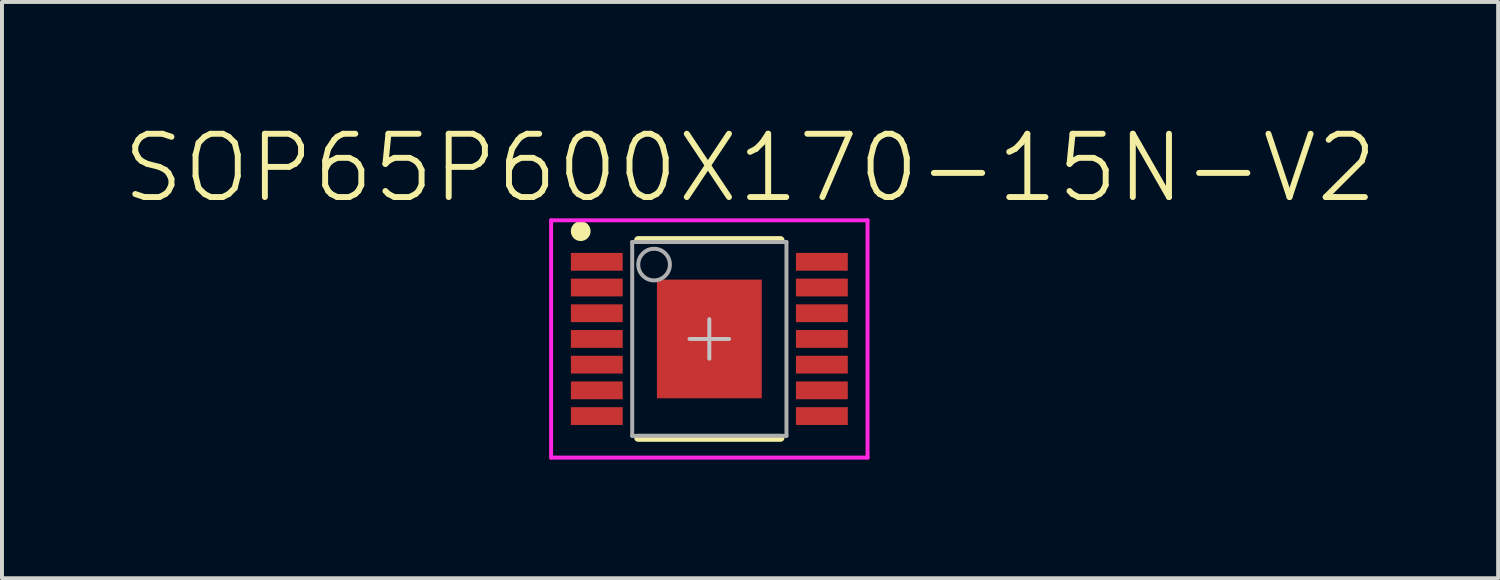
<source format=kicad_pcb>
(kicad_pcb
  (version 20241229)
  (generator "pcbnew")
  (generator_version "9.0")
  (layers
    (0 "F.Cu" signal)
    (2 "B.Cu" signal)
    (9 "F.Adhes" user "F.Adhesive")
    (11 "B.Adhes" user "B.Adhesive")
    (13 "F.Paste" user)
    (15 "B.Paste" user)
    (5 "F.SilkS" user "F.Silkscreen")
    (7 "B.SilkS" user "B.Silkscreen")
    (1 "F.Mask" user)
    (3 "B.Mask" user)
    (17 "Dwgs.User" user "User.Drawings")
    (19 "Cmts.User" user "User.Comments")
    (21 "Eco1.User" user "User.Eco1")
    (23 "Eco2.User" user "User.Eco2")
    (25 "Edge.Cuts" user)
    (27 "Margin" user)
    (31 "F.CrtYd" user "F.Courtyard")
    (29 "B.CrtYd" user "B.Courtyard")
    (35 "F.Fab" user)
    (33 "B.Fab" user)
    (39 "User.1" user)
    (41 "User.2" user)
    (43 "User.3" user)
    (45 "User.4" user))
  (footprint "SOP65P600X170-15N-V2"
    (layer "F.Cu")
    (at 14.883 5.519)
    (property "Reference" "SOP65P600X170-15N-V2" (at 1.03 -4.32 0) (layer "F.SilkS") (effects (font (size 1.6 1.6) (thickness 0.15))))
    (attr through_hole)
    (fp_line (start -1.8 -2.5) (end 1.8 -2.5) (stroke (width 0.2) (type solid)) (layer "F.SilkS"))
    (fp_line (start -1.8 2.5) (end 1.8 2.5) (stroke (width 0.2) (type solid)) (layer "F.SilkS"))
    (fp_circle (center -3.252 -2.725) (end -3.127 -2.725) (stroke (width 0.25) (type solid)) (fill no) (layer "F.SilkS"))
    (fp_poly (pts (xy -1.2 -1.4) (xy -0.1 -1.4) (xy -0.1 -0.1) (xy -1.2 -0.1)) (stroke (width 0) (type solid)) (fill yes) (layer "F.Paste"))
    (fp_poly (pts (xy -1.2 0.1) (xy -0.1 0.1) (xy -0.1 1.4) (xy -1.2 1.4)) (stroke (width 0) (type solid)) (fill yes) (layer "F.Paste"))
    (fp_poly (pts (xy 0.1 -1.4) (xy 1.2 -1.4) (xy 1.2 -0.1) (xy 0.1 -0.1)) (stroke (width 0) (type solid)) (fill yes) (layer "F.Paste"))
    (fp_poly (pts (xy 0.1 0.1) (xy 1.2 0.1) (xy 1.2 1.4) (xy 0.1 1.4)) (stroke (width 0) (type solid)) (fill yes) (layer "F.Paste"))
    (fp_line (start -0.5 0) (end 0.5 0) (stroke (width 0.1) (type solid)) (layer "Dwgs.User"))
    (fp_line (start 0 0.5) (end 0 -0.5) (stroke (width 0.1) (type solid)) (layer "Dwgs.User"))
    (fp_line (start -4 -3) (end 4 -3) (stroke (width 0.1) (type solid)) (layer "F.CrtYd"))
    (fp_line (start -4 3) (end -4 -3) (stroke (width 0.1) (type solid)) (layer "F.CrtYd"))
    (fp_line (start -4 3) (end 4 3) (stroke (width 0.1) (type solid)) (layer "F.CrtYd"))
    (fp_line (start 4 3) (end 4 -3) (stroke (width 0.1) (type solid)) (layer "F.CrtYd"))
    (fp_line (start -1.95 -2.45) (end 1.95 -2.45) (stroke (width 0.1) (type solid)) (layer "F.Fab"))
    (fp_line (start -1.95 2.45) (end -1.95 -2.45) (stroke (width 0.1) (type solid)) (layer "F.Fab"))
    (fp_line (start -1.95 2.45) (end 1.95 2.45) (stroke (width 0.1) (type solid)) (layer "F.Fab"))
    (fp_line (start 1.95 2.45) (end 1.95 -2.45) (stroke (width 0.1) (type solid)) (layer "F.Fab"))
    (fp_circle (center -1.397 -1.88) (end -0.997 -1.88) (stroke (width 0.1) (type solid)) (fill no) (layer "F.Fab"))
    (pad "1" smd rect (at -2.845 -1.95) (size 1.31 0.45) (layers "F.Cu" "F.Mask" "F.Paste"))
    (pad "2" smd rect (at -2.845 -1.3) (size 1.31 0.45) (layers "F.Cu" "F.Mask" "F.Paste"))
    (pad "3" smd rect (at -2.845 -0.65) (size 1.31 0.45) (layers "F.Cu" "F.Mask" "F.Paste"))
    (pad "4" smd rect (at -2.845 0) (size 1.31 0.45) (layers "F.Cu" "F.Mask" "F.Paste"))
    (pad "5" smd rect (at -2.845 0.65) (size 1.31 0.45) (layers "F.Cu" "F.Mask" "F.Paste"))
    (pad "6" smd rect (at -2.845 1.3) (size 1.31 0.45) (layers "F.Cu" "F.Mask" "F.Paste"))
    (pad "7" smd rect (at -2.845 1.95) (size 1.31 0.45) (layers "F.Cu" "F.Mask" "F.Paste"))
    (pad "8" smd rect (at 2.845 1.95) (size 1.31 0.45) (layers "F.Cu" "F.Mask" "F.Paste"))
    (pad "9" smd rect (at 2.845 1.3) (size 1.31 0.45) (layers "F.Cu" "F.Mask" "F.Paste"))
    (pad "10" smd rect (at 2.845 0.65) (size 1.31 0.45) (layers "F.Cu" "F.Mask" "F.Paste"))
    (pad "11" smd rect (at 2.845 0) (size 1.31 0.45) (layers "F.Cu" "F.Mask" "F.Paste"))
    (pad "12" smd rect (at 2.845 -0.65) (size 1.31 0.45) (layers "F.Cu" "F.Mask" "F.Paste"))
    (pad "13" smd rect (at 2.845 -1.3) (size 1.31 0.45) (layers "F.Cu" "F.Mask" "F.Paste"))
    (pad "14" smd rect (at 2.845 -1.95) (size 1.31 0.45) (layers "F.Cu" "F.Mask" "F.Paste"))
    (pad "15" smd rect (at 0 0) (size 2.65 3) (layers "F.Cu" "F.Mask")))
  (gr_rect
    (start -3 -3)
    (end 34.825 11.569)
    (stroke (width 0.1) (type default))
    (fill no)
    (layer "Edge.Cuts")))
</source>
